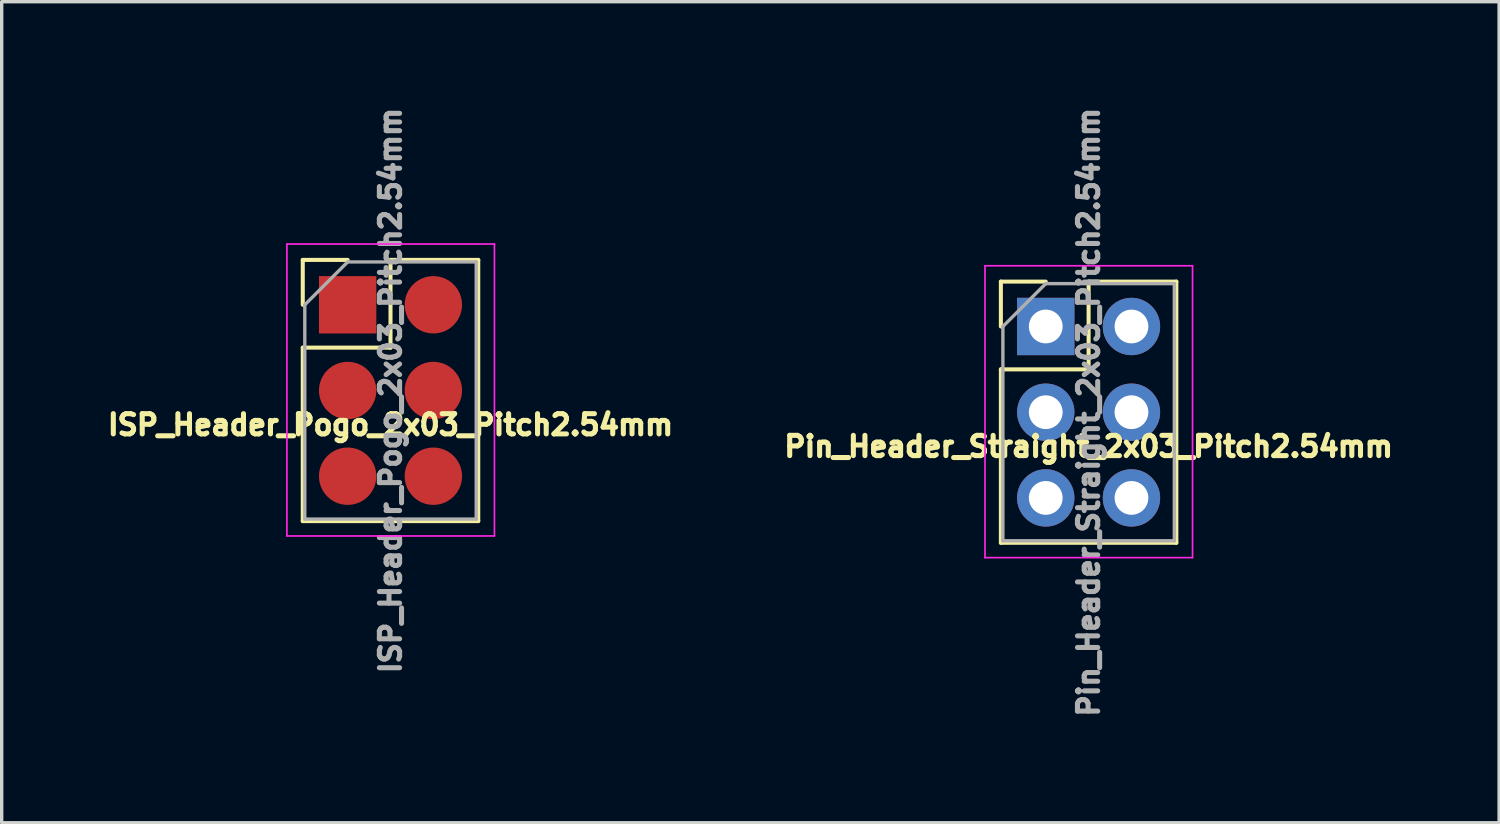
<source format=kicad_pcb>
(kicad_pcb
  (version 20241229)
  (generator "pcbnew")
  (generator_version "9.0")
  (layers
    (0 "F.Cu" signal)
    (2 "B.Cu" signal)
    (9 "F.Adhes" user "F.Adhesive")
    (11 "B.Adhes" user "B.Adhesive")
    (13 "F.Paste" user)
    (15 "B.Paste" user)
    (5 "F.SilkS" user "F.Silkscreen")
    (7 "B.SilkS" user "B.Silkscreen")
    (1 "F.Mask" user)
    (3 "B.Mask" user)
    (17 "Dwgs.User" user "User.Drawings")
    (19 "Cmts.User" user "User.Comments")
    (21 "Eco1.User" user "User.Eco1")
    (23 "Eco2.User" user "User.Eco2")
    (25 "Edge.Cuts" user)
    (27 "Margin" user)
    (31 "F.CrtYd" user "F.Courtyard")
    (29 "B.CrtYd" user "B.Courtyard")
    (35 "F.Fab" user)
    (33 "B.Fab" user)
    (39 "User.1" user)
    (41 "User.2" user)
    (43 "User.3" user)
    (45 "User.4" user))
  (footprint "Pin_Header_Straight_2x03_Pitch2.54mm"
    (layer "F.Cu")
    (at 27.939 6.625)
    (property "Reference" "Pin_Header_Straight_2x03_Pitch2.54mm" (at 1.27 3.556 0) (layer "F.SilkS") (effects (font (size 0.6 0.6) (thickness 0.15))))
    (attr through_hole)
    (fp_line (start -1.33 -1.33) (end 0 -1.33) (stroke (width 0.12) (type solid)) (layer "F.SilkS"))
    (fp_line (start -1.33 0) (end -1.33 -1.33) (stroke (width 0.12) (type solid)) (layer "F.SilkS"))
    (fp_line (start -1.33 1.27) (end -1.33 6.41) (stroke (width 0.12) (type solid)) (layer "F.SilkS"))
    (fp_line (start -1.33 1.27) (end 1.27 1.27) (stroke (width 0.12) (type solid)) (layer "F.SilkS"))
    (fp_line (start -1.33 6.41) (end 3.87 6.41) (stroke (width 0.12) (type solid)) (layer "F.SilkS"))
    (fp_line (start 1.27 -1.33) (end 3.87 -1.33) (stroke (width 0.12) (type solid)) (layer "F.SilkS"))
    (fp_line (start 1.27 1.27) (end 1.27 -1.33) (stroke (width 0.12) (type solid)) (layer "F.SilkS"))
    (fp_line (start 3.87 -1.33) (end 3.87 6.41) (stroke (width 0.12) (type solid)) (layer "F.SilkS"))
    (fp_line (start -1.8 -1.8) (end -1.8 6.85) (stroke (width 0.05) (type solid)) (layer "F.CrtYd"))
    (fp_line (start -1.8 6.85) (end 4.35 6.85) (stroke (width 0.05) (type solid)) (layer "F.CrtYd"))
    (fp_line (start 4.35 -1.8) (end -1.8 -1.8) (stroke (width 0.05) (type solid)) (layer "F.CrtYd"))
    (fp_line (start 4.35 6.85) (end 4.35 -1.8) (stroke (width 0.05) (type solid)) (layer "F.CrtYd"))
    (fp_line (start -1.27 0) (end 0 -1.27) (stroke (width 0.1) (type solid)) (layer "F.Fab"))
    (fp_line (start -1.27 6.35) (end -1.27 0) (stroke (width 0.1) (type solid)) (layer "F.Fab"))
    (fp_line (start 0 -1.27) (end 3.81 -1.27) (stroke (width 0.1) (type solid)) (layer "F.Fab"))
    (fp_line (start 3.81 -1.27) (end 3.81 6.35) (stroke (width 0.1) (type solid)) (layer "F.Fab"))
    (fp_line (start 3.81 6.35) (end -1.27 6.35) (stroke (width 0.1) (type solid)) (layer "F.Fab"))
    (fp_text user "${REFERENCE}" (at 1.27 2.54 90) (layer "F.Fab") (effects (font (size 0.6 0.6) (thickness 0.15))))
    (pad "1" thru_hole rect (at 0 0) (size 1.7 1.7) (drill 1) (layers "*.Cu" "*.Mask"))
    (pad "2" thru_hole oval (at 2.54 0) (size 1.7 1.7) (drill 1) (layers "*.Cu" "*.Mask"))
    (pad "3" thru_hole oval (at 0 2.54) (size 1.7 1.7) (drill 1) (layers "*.Cu" "*.Mask"))
    (pad "4" thru_hole oval (at 2.54 2.54) (size 1.7 1.7) (drill 1) (layers "*.Cu" "*.Mask"))
    (pad "5" thru_hole oval (at 0 5.08) (size 1.7 1.7) (drill 1) (layers "*.Cu" "*.Mask"))
    (pad "6" thru_hole oval (at 2.54 5.08) (size 1.7 1.7) (drill 1) (layers "*.Cu" "*.Mask")))
  (footprint "ISP_Header_Pogo_2x03_Pitch2.54mm"
    (layer "F.Cu")
    (at 7.252 5.982)
    (property "Reference" "ISP_Header_Pogo_2x03_Pitch2.54mm" (at 1.27 3.556 0) (layer "F.SilkS") (effects (font (size 0.6 0.6) (thickness 0.15))))
    (attr through_hole)
    (fp_line (start -1.33 -1.33) (end 0 -1.33) (stroke (width 0.12) (type solid)) (layer "F.SilkS"))
    (fp_line (start -1.33 0) (end -1.33 -1.33) (stroke (width 0.12) (type solid)) (layer "F.SilkS"))
    (fp_line (start -1.33 1.27) (end -1.33 6.41) (stroke (width 0.12) (type solid)) (layer "F.SilkS"))
    (fp_line (start -1.33 1.27) (end 1.27 1.27) (stroke (width 0.12) (type solid)) (layer "F.SilkS"))
    (fp_line (start -1.33 6.41) (end 3.87 6.41) (stroke (width 0.12) (type solid)) (layer "F.SilkS"))
    (fp_line (start 1.27 -1.33) (end 3.87 -1.33) (stroke (width 0.12) (type solid)) (layer "F.SilkS"))
    (fp_line (start 1.27 1.27) (end 1.27 -1.33) (stroke (width 0.12) (type solid)) (layer "F.SilkS"))
    (fp_line (start 3.87 -1.33) (end 3.87 6.41) (stroke (width 0.12) (type solid)) (layer "F.SilkS"))
    (fp_line (start -1.8 -1.8) (end -1.8 6.85) (stroke (width 0.05) (type solid)) (layer "F.CrtYd"))
    (fp_line (start -1.8 6.85) (end 4.35 6.85) (stroke (width 0.05) (type solid)) (layer "F.CrtYd"))
    (fp_line (start 4.35 -1.8) (end -1.8 -1.8) (stroke (width 0.05) (type solid)) (layer "F.CrtYd"))
    (fp_line (start 4.35 6.85) (end 4.35 -1.8) (stroke (width 0.05) (type solid)) (layer "F.CrtYd"))
    (fp_line (start -1.27 0) (end 0 -1.27) (stroke (width 0.1) (type solid)) (layer "F.Fab"))
    (fp_line (start -1.27 6.35) (end -1.27 0) (stroke (width 0.1) (type solid)) (layer "F.Fab"))
    (fp_line (start 0 -1.27) (end 3.81 -1.27) (stroke (width 0.1) (type solid)) (layer "F.Fab"))
    (fp_line (start 3.81 -1.27) (end 3.81 6.35) (stroke (width 0.1) (type solid)) (layer "F.Fab"))
    (fp_line (start 3.81 6.35) (end -1.27 6.35) (stroke (width 0.1) (type solid)) (layer "F.Fab"))
    (fp_text user "${REFERENCE}" (at 1.27 2.54 90) (layer "F.Fab") (effects (font (size 0.6 0.6) (thickness 0.15))))
    (pad "1" smd rect (at 0 0) (size 1.7 1.7) (layers "F.Cu" "F.Mask" "F.Paste"))
    (pad "2" smd oval (at 2.54 0) (size 1.7 1.7) (layers "F.Cu" "F.Mask" "F.Paste"))
    (pad "3" smd oval (at 0 2.54) (size 1.7 1.7) (layers "F.Cu" "F.Mask" "F.Paste"))
    (pad "4" smd oval (at 2.54 2.54) (size 1.7 1.7) (layers "F.Cu" "F.Mask" "F.Paste"))
    (pad "5" smd oval (at 0 5.08) (size 1.7 1.7) (layers "F.Cu" "F.Mask" "F.Paste"))
    (pad "6" smd oval (at 2.54 5.08) (size 1.7 1.7) (layers "F.Cu" "F.Mask" "F.Paste")))
  (gr_rect
    (start -3 -3)
    (end 41.374 21.33)
    (stroke (width 0.1) (type default))
    (fill no)
    (layer "Edge.Cuts")))
</source>
